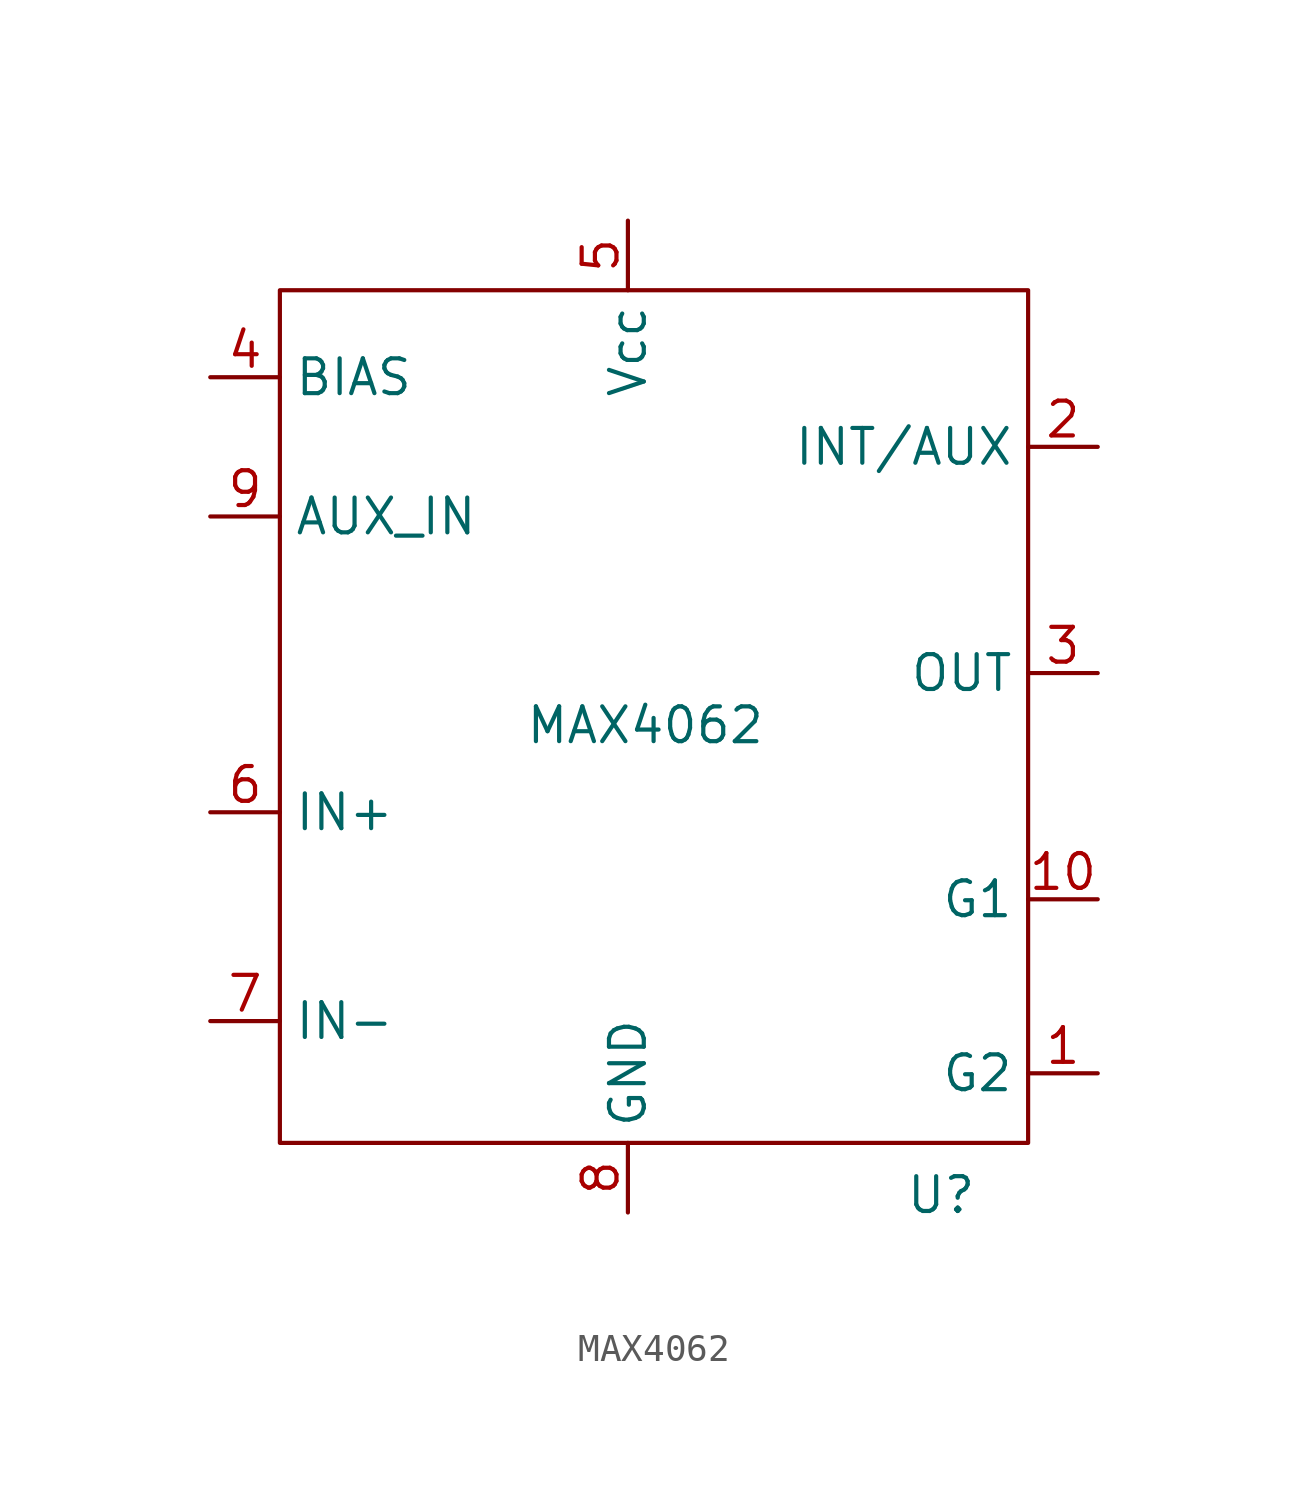
<source format=kicad_sym>
(kicad_symbol_lib
  (version 20220914)
  (generator kicad_symbol_editor)
  (symbol "MAX4062"
    (property "Reference" "U"
      (at 11.43 -17.145 0)
      (effects (font (size 1.27 1.27))))
    (property "Value" "MAX4062"
      (at 0.635 0 0)
      (effects (font (size 1.27 1.27))))
    (symbol "MAX4062_0_1"
      (rectangle (start -12.7 15.875) (end 14.605 -15.24) (stroke (width 0) (type default)) (fill (type none))))
    (symbol "MAX4062_1_1"
      (pin input line (at 17.145 -12.7 180) (length 2.54) (name "G2" (effects (font (size 1.27 1.27)))) (number "1" (effects (font (size 1.27 1.27)))))
      (pin output line (at 17.145 -6.35 180) (length 2.54) (name "G1" (effects (font (size 1.27 1.27)))) (number "10" (effects (font (size 1.27 1.27)))))
      (pin input line (at 17.145 10.16 180) (length 2.54) (name "INT/AUX" (effects (font (size 1.27 1.27)))) (number "2" (effects (font (size 1.27 1.27)))))
      (pin output line (at 17.145 1.905 180) (length 2.54) (name "OUT" (effects (font (size 1.27 1.27)))) (number "3" (effects (font (size 1.27 1.27)))))
      (pin output line (at -15.24 12.7 0) (length 2.54) (name "BIAS" (effects (font (size 1.27 1.27)))) (number "4" (effects (font (size 1.27 1.27)))))
      (pin input line (at 0 18.415 270) (length 2.54) (name "Vcc" (effects (font (size 1.27 1.27)))) (number "5" (effects (font (size 1.27 1.27)))))
      (pin input line (at -15.24 -3.175 0) (length 2.54) (name "IN+" (effects (font (size 1.27 1.27)))) (number "6" (effects (font (size 1.27 1.27)))))
      (pin input line (at -15.24 -10.795 0) (length 2.54) (name "IN-" (effects (font (size 1.27 1.27)))) (number "7" (effects (font (size 1.27 1.27)))))
      (pin input line (at 0 -17.78 90) (length 2.54) (name "GND" (effects (font (size 1.27 1.27)))) (number "8" (effects (font (size 1.27 1.27)))))
      (pin input line (at -15.24 7.62 0) (length 2.54) (name "AUX_IN" (effects (font (size 1.27 1.27)))) (number "9" (effects (font (size 1.27 1.27))))))))
</source>
